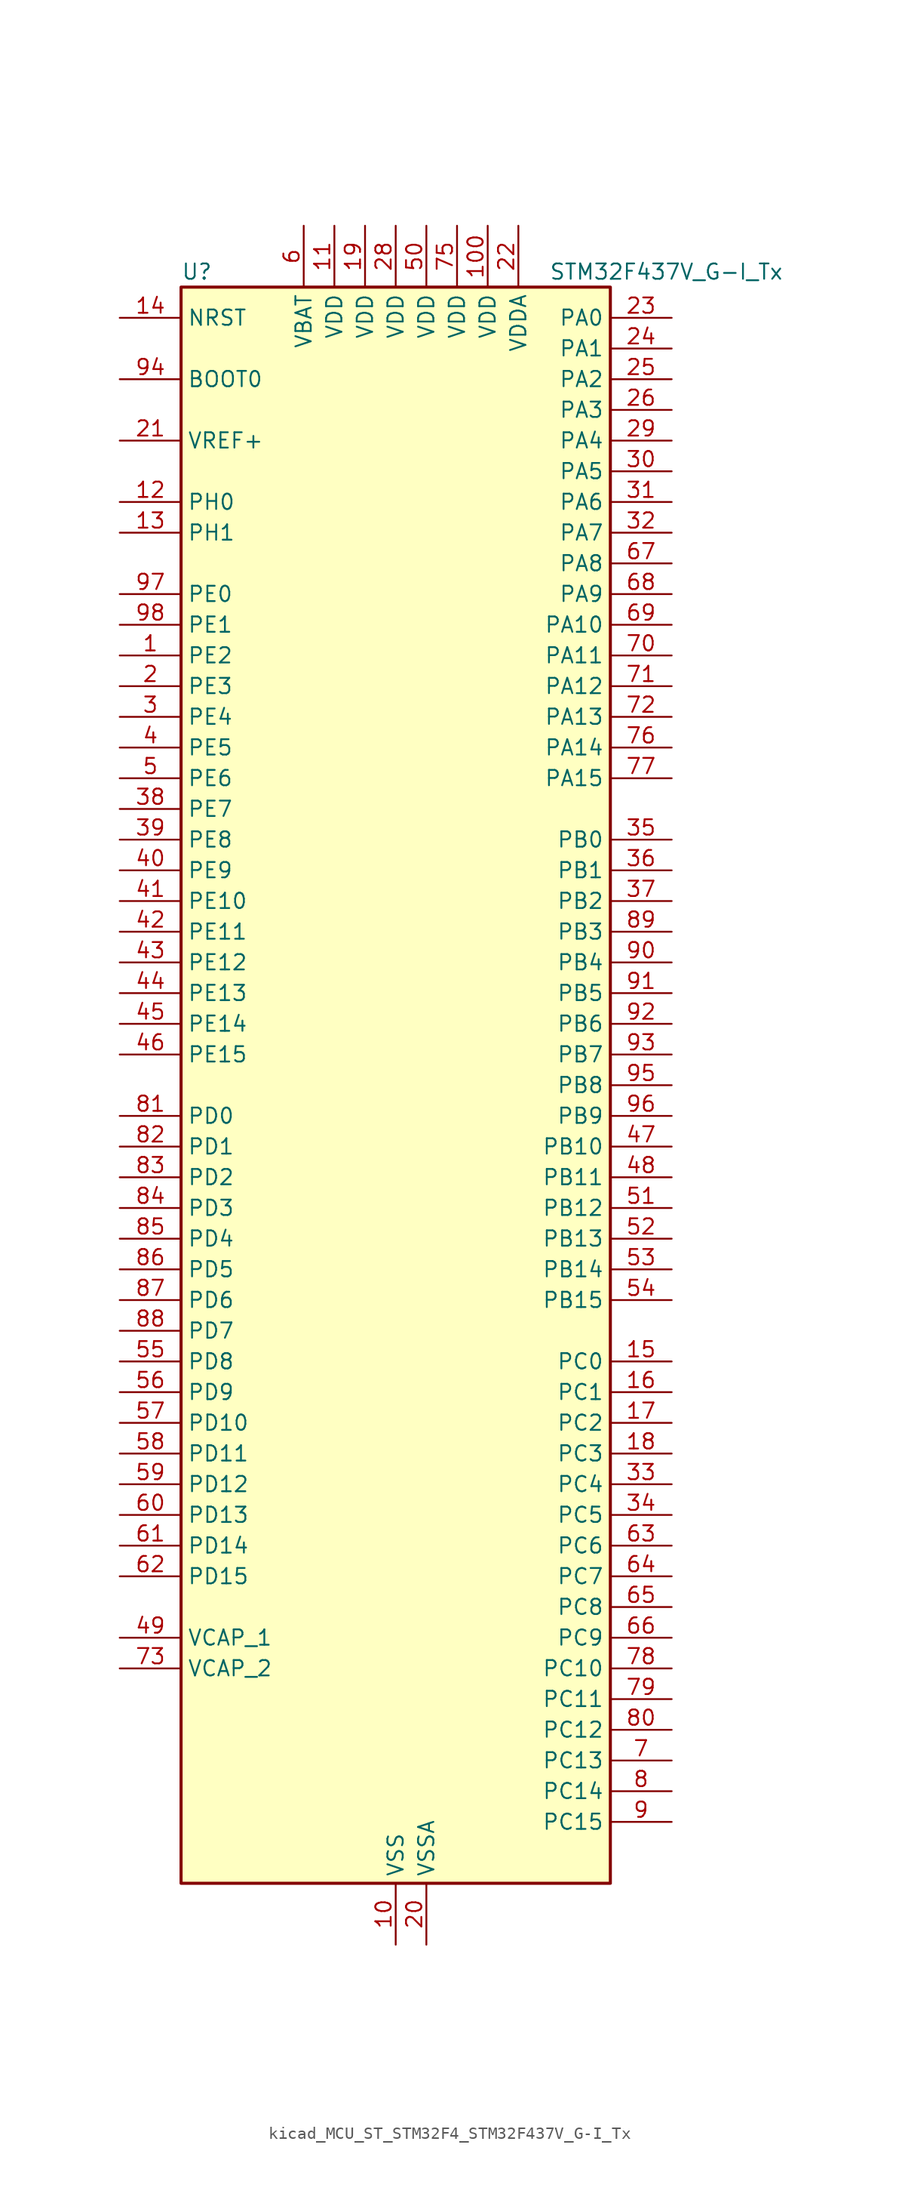
<source format=kicad_sym>
(kicad_symbol_lib
  (version 20220914)
  (generator kicad_symbol_editor)
  (symbol "kicad_MCU_ST_STM32F4_STM32F437V_G-I_Tx"
    (property "Reference" "U"
      (at -17.78 67.31 0)
      (effects (font (size 1.27 1.27)) (justify left)))
    (property "Value" "STM32F437V_G-I_Tx"
      (at 12.7 67.31 0)
      (effects (font (size 1.27 1.27)) (justify left)))
    (property "ki_locked" ""
      (at 0 0 0)
      (effects (font (size 1.27 1.27))))
    (symbol "kicad_MCU_ST_STM32F4_STM32F437V_G-I_Tx_0_1"
      (rectangle (start -17.78 -66.04) (end 17.78 66.04) (stroke (width 0.254) (type default)) (fill (type background))))
    (symbol "kicad_MCU_ST_STM32F4_STM32F437V_G-I_Tx_1_1"
      (pin bidirectional line (at -22.86 35.56 0) (length 5.08) (name "PE2" (effects (font (size 1.27 1.27)))) (number "1" (effects (font (size 1.27 1.27)))) (alternate "ETH_TXD3" bidirectional line) (alternate "FMC_A23" bidirectional line) (alternate "SAI1_MCLK_A" bidirectional line) (alternate "SPI4_SCK" bidirectional line) (alternate "SYS_TRACECLK" bidirectional line))
      (pin power_in line (at 0 -71.12 90) (length 5.08) (name "VSS" (effects (font (size 1.27 1.27)))) (number "10" (effects (font (size 1.27 1.27)))))
      (pin power_in line (at 7.62 71.12 270) (length 5.08) (name "VDD" (effects (font (size 1.27 1.27)))) (number "100" (effects (font (size 1.27 1.27)))))
      (pin power_in line (at -5.08 71.12 270) (length 5.08) (name "VDD" (effects (font (size 1.27 1.27)))) (number "11" (effects (font (size 1.27 1.27)))))
      (pin bidirectional line (at -22.86 48.26 0) (length 5.08) (name "PH0" (effects (font (size 1.27 1.27)))) (number "12" (effects (font (size 1.27 1.27)))) (alternate "RCC_OSC_IN" bidirectional line))
      (pin bidirectional line (at -22.86 45.72 0) (length 5.08) (name "PH1" (effects (font (size 1.27 1.27)))) (number "13" (effects (font (size 1.27 1.27)))) (alternate "RCC_OSC_OUT" bidirectional line))
      (pin input line (at -22.86 63.5 0) (length 5.08) (name "NRST" (effects (font (size 1.27 1.27)))) (number "14" (effects (font (size 1.27 1.27)))))
      (pin bidirectional line (at 22.86 -22.86 180) (length 5.08) (name "PC0" (effects (font (size 1.27 1.27)))) (number "15" (effects (font (size 1.27 1.27)))) (alternate "ADC1_IN10" bidirectional line) (alternate "ADC2_IN10" bidirectional line) (alternate "ADC3_IN10" bidirectional line) (alternate "FMC_SDNWE" bidirectional line) (alternate "USB_OTG_HS_ULPI_STP" bidirectional line))
      (pin bidirectional line (at 22.86 -25.4 180) (length 5.08) (name "PC1" (effects (font (size 1.27 1.27)))) (number "16" (effects (font (size 1.27 1.27)))) (alternate "ADC1_IN11" bidirectional line) (alternate "ADC2_IN11" bidirectional line) (alternate "ADC3_IN11" bidirectional line) (alternate "ETH_MDC" bidirectional line))
      (pin bidirectional line (at 22.86 -27.94 180) (length 5.08) (name "PC2" (effects (font (size 1.27 1.27)))) (number "17" (effects (font (size 1.27 1.27)))) (alternate "ADC1_IN12" bidirectional line) (alternate "ADC2_IN12" bidirectional line) (alternate "ADC3_IN12" bidirectional line) (alternate "ETH_TXD2" bidirectional line) (alternate "FMC_SDNE0" bidirectional line) (alternate "I2S2_ext_SD" bidirectional line) (alternate "SPI2_MISO" bidirectional line) (alternate "USB_OTG_HS_ULPI_DIR" bidirectional line))
      (pin bidirectional line (at 22.86 -30.48 180) (length 5.08) (name "PC3" (effects (font (size 1.27 1.27)))) (number "18" (effects (font (size 1.27 1.27)))) (alternate "ADC1_IN13" bidirectional line) (alternate "ADC2_IN13" bidirectional line) (alternate "ADC3_IN13" bidirectional line) (alternate "ETH_TX_CLK" bidirectional line) (alternate "FMC_SDCKE0" bidirectional line) (alternate "I2S2_SD" bidirectional line) (alternate "SPI2_MOSI" bidirectional line) (alternate "USB_OTG_HS_ULPI_NXT" bidirectional line))
      (pin power_in line (at -2.54 71.12 270) (length 5.08) (name "VDD" (effects (font (size 1.27 1.27)))) (number "19" (effects (font (size 1.27 1.27)))))
      (pin bidirectional line (at -22.86 33.02 0) (length 5.08) (name "PE3" (effects (font (size 1.27 1.27)))) (number "2" (effects (font (size 1.27 1.27)))) (alternate "FMC_A19" bidirectional line) (alternate "SAI1_SD_B" bidirectional line) (alternate "SYS_TRACED0" bidirectional line))
      (pin power_in line (at 2.54 -71.12 90) (length 5.08) (name "VSSA" (effects (font (size 1.27 1.27)))) (number "20" (effects (font (size 1.27 1.27)))))
      (pin input line (at -22.86 53.34 0) (length 5.08) (name "VREF+" (effects (font (size 1.27 1.27)))) (number "21" (effects (font (size 1.27 1.27)))))
      (pin power_in line (at 10.16 71.12 270) (length 5.08) (name "VDDA" (effects (font (size 1.27 1.27)))) (number "22" (effects (font (size 1.27 1.27)))))
      (pin bidirectional line (at 22.86 63.5 180) (length 5.08) (name "PA0" (effects (font (size 1.27 1.27)))) (number "23" (effects (font (size 1.27 1.27)))) (alternate "ADC1_IN0" bidirectional line) (alternate "ADC2_IN0" bidirectional line) (alternate "ADC3_IN0" bidirectional line) (alternate "ETH_CRS" bidirectional line) (alternate "SYS_WKUP" bidirectional line) (alternate "TIM2_CH1" bidirectional line) (alternate "TIM2_ETR" bidirectional line) (alternate "TIM5_CH1" bidirectional line) (alternate "TIM8_ETR" bidirectional line) (alternate "UART4_TX" bidirectional line) (alternate "USART2_CTS" bidirectional line))
      (pin bidirectional line (at 22.86 60.96 180) (length 5.08) (name "PA1" (effects (font (size 1.27 1.27)))) (number "24" (effects (font (size 1.27 1.27)))) (alternate "ADC1_IN1" bidirectional line) (alternate "ADC2_IN1" bidirectional line) (alternate "ADC3_IN1" bidirectional line) (alternate "ETH_REF_CLK" bidirectional line) (alternate "ETH_RX_CLK" bidirectional line) (alternate "TIM2_CH2" bidirectional line) (alternate "TIM5_CH2" bidirectional line) (alternate "UART4_RX" bidirectional line) (alternate "USART2_RTS" bidirectional line))
      (pin bidirectional line (at 22.86 58.42 180) (length 5.08) (name "PA2" (effects (font (size 1.27 1.27)))) (number "25" (effects (font (size 1.27 1.27)))) (alternate "ADC1_IN2" bidirectional line) (alternate "ADC2_IN2" bidirectional line) (alternate "ADC3_IN2" bidirectional line) (alternate "ETH_MDIO" bidirectional line) (alternate "TIM2_CH3" bidirectional line) (alternate "TIM5_CH3" bidirectional line) (alternate "TIM9_CH1" bidirectional line) (alternate "USART2_TX" bidirectional line))
      (pin bidirectional line (at 22.86 55.88 180) (length 5.08) (name "PA3" (effects (font (size 1.27 1.27)))) (number "26" (effects (font (size 1.27 1.27)))) (alternate "ADC1_IN3" bidirectional line) (alternate "ADC2_IN3" bidirectional line) (alternate "ADC3_IN3" bidirectional line) (alternate "ETH_COL" bidirectional line) (alternate "TIM2_CH4" bidirectional line) (alternate "TIM5_CH4" bidirectional line) (alternate "TIM9_CH2" bidirectional line) (alternate "USART2_RX" bidirectional line) (alternate "USB_OTG_HS_ULPI_D0" bidirectional line))
      (pin passive line (at 0 -71.12 90) (length 5.08) hide (name "VSS" (effects (font (size 1.27 1.27)))) (number "27" (effects (font (size 1.27 1.27)))))
      (pin power_in line (at 0 71.12 270) (length 5.08) (name "VDD" (effects (font (size 1.27 1.27)))) (number "28" (effects (font (size 1.27 1.27)))))
      (pin bidirectional line (at 22.86 53.34 180) (length 5.08) (name "PA4" (effects (font (size 1.27 1.27)))) (number "29" (effects (font (size 1.27 1.27)))) (alternate "ADC1_IN4" bidirectional line) (alternate "ADC2_IN4" bidirectional line) (alternate "DAC_OUT1" bidirectional line) (alternate "DCMI_HSYNC" bidirectional line) (alternate "I2S3_WS" bidirectional line) (alternate "SPI1_NSS" bidirectional line) (alternate "SPI3_NSS" bidirectional line) (alternate "USART2_CK" bidirectional line) (alternate "USB_OTG_HS_SOF" bidirectional line))
      (pin bidirectional line (at -22.86 30.48 0) (length 5.08) (name "PE4" (effects (font (size 1.27 1.27)))) (number "3" (effects (font (size 1.27 1.27)))) (alternate "DCMI_D4" bidirectional line) (alternate "FMC_A20" bidirectional line) (alternate "SAI1_FS_A" bidirectional line) (alternate "SPI4_NSS" bidirectional line) (alternate "SYS_TRACED1" bidirectional line))
      (pin bidirectional line (at 22.86 50.8 180) (length 5.08) (name "PA5" (effects (font (size 1.27 1.27)))) (number "30" (effects (font (size 1.27 1.27)))) (alternate "ADC1_IN5" bidirectional line) (alternate "ADC2_IN5" bidirectional line) (alternate "DAC_OUT2" bidirectional line) (alternate "SPI1_SCK" bidirectional line) (alternate "TIM2_CH1" bidirectional line) (alternate "TIM2_ETR" bidirectional line) (alternate "TIM8_CH1N" bidirectional line) (alternate "USB_OTG_HS_ULPI_CK" bidirectional line))
      (pin bidirectional line (at 22.86 48.26 180) (length 5.08) (name "PA6" (effects (font (size 1.27 1.27)))) (number "31" (effects (font (size 1.27 1.27)))) (alternate "ADC1_IN6" bidirectional line) (alternate "ADC2_IN6" bidirectional line) (alternate "DCMI_PIXCLK" bidirectional line) (alternate "SPI1_MISO" bidirectional line) (alternate "TIM13_CH1" bidirectional line) (alternate "TIM1_BKIN" bidirectional line) (alternate "TIM3_CH1" bidirectional line) (alternate "TIM8_BKIN" bidirectional line))
      (pin bidirectional line (at 22.86 45.72 180) (length 5.08) (name "PA7" (effects (font (size 1.27 1.27)))) (number "32" (effects (font (size 1.27 1.27)))) (alternate "ADC1_IN7" bidirectional line) (alternate "ADC2_IN7" bidirectional line) (alternate "ETH_CRS_DV" bidirectional line) (alternate "ETH_RX_DV" bidirectional line) (alternate "SPI1_MOSI" bidirectional line) (alternate "TIM14_CH1" bidirectional line) (alternate "TIM1_CH1N" bidirectional line) (alternate "TIM3_CH2" bidirectional line) (alternate "TIM8_CH1N" bidirectional line))
      (pin bidirectional line (at 22.86 -33.02 180) (length 5.08) (name "PC4" (effects (font (size 1.27 1.27)))) (number "33" (effects (font (size 1.27 1.27)))) (alternate "ADC1_IN14" bidirectional line) (alternate "ADC2_IN14" bidirectional line) (alternate "ETH_RXD0" bidirectional line))
      (pin bidirectional line (at 22.86 -35.56 180) (length 5.08) (name "PC5" (effects (font (size 1.27 1.27)))) (number "34" (effects (font (size 1.27 1.27)))) (alternate "ADC1_IN15" bidirectional line) (alternate "ADC2_IN15" bidirectional line) (alternate "ETH_RXD1" bidirectional line))
      (pin bidirectional line (at 22.86 20.32 180) (length 5.08) (name "PB0" (effects (font (size 1.27 1.27)))) (number "35" (effects (font (size 1.27 1.27)))) (alternate "ADC1_IN8" bidirectional line) (alternate "ADC2_IN8" bidirectional line) (alternate "ETH_RXD2" bidirectional line) (alternate "TIM1_CH2N" bidirectional line) (alternate "TIM3_CH3" bidirectional line) (alternate "TIM8_CH2N" bidirectional line) (alternate "USB_OTG_HS_ULPI_D1" bidirectional line))
      (pin bidirectional line (at 22.86 17.78 180) (length 5.08) (name "PB1" (effects (font (size 1.27 1.27)))) (number "36" (effects (font (size 1.27 1.27)))) (alternate "ADC1_IN9" bidirectional line) (alternate "ADC2_IN9" bidirectional line) (alternate "ETH_RXD3" bidirectional line) (alternate "TIM1_CH3N" bidirectional line) (alternate "TIM3_CH4" bidirectional line) (alternate "TIM8_CH3N" bidirectional line) (alternate "USB_OTG_HS_ULPI_D2" bidirectional line))
      (pin bidirectional line (at 22.86 15.24 180) (length 5.08) (name "PB2" (effects (font (size 1.27 1.27)))) (number "37" (effects (font (size 1.27 1.27)))))
      (pin bidirectional line (at -22.86 22.86 0) (length 5.08) (name "PE7" (effects (font (size 1.27 1.27)))) (number "38" (effects (font (size 1.27 1.27)))) (alternate "FMC_D4" bidirectional line) (alternate "FMC_DA4" bidirectional line) (alternate "TIM1_ETR" bidirectional line) (alternate "UART7_RX" bidirectional line))
      (pin bidirectional line (at -22.86 20.32 0) (length 5.08) (name "PE8" (effects (font (size 1.27 1.27)))) (number "39" (effects (font (size 1.27 1.27)))) (alternate "FMC_D5" bidirectional line) (alternate "FMC_DA5" bidirectional line) (alternate "TIM1_CH1N" bidirectional line) (alternate "UART7_TX" bidirectional line))
      (pin bidirectional line (at -22.86 27.94 0) (length 5.08) (name "PE5" (effects (font (size 1.27 1.27)))) (number "4" (effects (font (size 1.27 1.27)))) (alternate "DCMI_D6" bidirectional line) (alternate "FMC_A21" bidirectional line) (alternate "SAI1_SCK_A" bidirectional line) (alternate "SPI4_MISO" bidirectional line) (alternate "SYS_TRACED2" bidirectional line) (alternate "TIM9_CH1" bidirectional line))
      (pin bidirectional line (at -22.86 17.78 0) (length 5.08) (name "PE9" (effects (font (size 1.27 1.27)))) (number "40" (effects (font (size 1.27 1.27)))) (alternate "DAC_EXTI9" bidirectional line) (alternate "FMC_D6" bidirectional line) (alternate "FMC_DA6" bidirectional line) (alternate "TIM1_CH1" bidirectional line))
      (pin bidirectional line (at -22.86 15.24 0) (length 5.08) (name "PE10" (effects (font (size 1.27 1.27)))) (number "41" (effects (font (size 1.27 1.27)))) (alternate "FMC_D7" bidirectional line) (alternate "FMC_DA7" bidirectional line) (alternate "TIM1_CH2N" bidirectional line))
      (pin bidirectional line (at -22.86 12.7 0) (length 5.08) (name "PE11" (effects (font (size 1.27 1.27)))) (number "42" (effects (font (size 1.27 1.27)))) (alternate "ADC1_EXTI11" bidirectional line) (alternate "ADC2_EXTI11" bidirectional line) (alternate "ADC3_EXTI11" bidirectional line) (alternate "FMC_D8" bidirectional line) (alternate "FMC_DA8" bidirectional line) (alternate "SPI4_NSS" bidirectional line) (alternate "TIM1_CH2" bidirectional line))
      (pin bidirectional line (at -22.86 10.16 0) (length 5.08) (name "PE12" (effects (font (size 1.27 1.27)))) (number "43" (effects (font (size 1.27 1.27)))) (alternate "FMC_D9" bidirectional line) (alternate "FMC_DA9" bidirectional line) (alternate "SPI4_SCK" bidirectional line) (alternate "TIM1_CH3N" bidirectional line))
      (pin bidirectional line (at -22.86 7.62 0) (length 5.08) (name "PE13" (effects (font (size 1.27 1.27)))) (number "44" (effects (font (size 1.27 1.27)))) (alternate "FMC_D10" bidirectional line) (alternate "FMC_DA10" bidirectional line) (alternate "SPI4_MISO" bidirectional line) (alternate "TIM1_CH3" bidirectional line))
      (pin bidirectional line (at -22.86 5.08 0) (length 5.08) (name "PE14" (effects (font (size 1.27 1.27)))) (number "45" (effects (font (size 1.27 1.27)))) (alternate "FMC_D11" bidirectional line) (alternate "FMC_DA11" bidirectional line) (alternate "SPI4_MOSI" bidirectional line) (alternate "TIM1_CH4" bidirectional line))
      (pin bidirectional line (at -22.86 2.54 0) (length 5.08) (name "PE15" (effects (font (size 1.27 1.27)))) (number "46" (effects (font (size 1.27 1.27)))) (alternate "ADC1_EXTI15" bidirectional line) (alternate "ADC2_EXTI15" bidirectional line) (alternate "ADC3_EXTI15" bidirectional line) (alternate "FMC_D12" bidirectional line) (alternate "FMC_DA12" bidirectional line) (alternate "TIM1_BKIN" bidirectional line))
      (pin bidirectional line (at 22.86 -5.08 180) (length 5.08) (name "PB10" (effects (font (size 1.27 1.27)))) (number "47" (effects (font (size 1.27 1.27)))) (alternate "ETH_RX_ER" bidirectional line) (alternate "I2C2_SCL" bidirectional line) (alternate "I2S2_CK" bidirectional line) (alternate "SPI2_SCK" bidirectional line) (alternate "TIM2_CH3" bidirectional line) (alternate "USART3_TX" bidirectional line) (alternate "USB_OTG_HS_ULPI_D3" bidirectional line))
      (pin bidirectional line (at 22.86 -7.62 180) (length 5.08) (name "PB11" (effects (font (size 1.27 1.27)))) (number "48" (effects (font (size 1.27 1.27)))) (alternate "ADC1_EXTI11" bidirectional line) (alternate "ADC2_EXTI11" bidirectional line) (alternate "ADC3_EXTI11" bidirectional line) (alternate "ETH_TX_EN" bidirectional line) (alternate "I2C2_SDA" bidirectional line) (alternate "TIM2_CH4" bidirectional line) (alternate "USART3_RX" bidirectional line) (alternate "USB_OTG_HS_ULPI_D4" bidirectional line))
      (pin power_out line (at -22.86 -45.72 0) (length 5.08) (name "VCAP_1" (effects (font (size 1.27 1.27)))) (number "49" (effects (font (size 1.27 1.27)))))
      (pin bidirectional line (at -22.86 25.4 0) (length 5.08) (name "PE6" (effects (font (size 1.27 1.27)))) (number "5" (effects (font (size 1.27 1.27)))) (alternate "DCMI_D7" bidirectional line) (alternate "FMC_A22" bidirectional line) (alternate "SAI1_SD_A" bidirectional line) (alternate "SPI4_MOSI" bidirectional line) (alternate "SYS_TRACED3" bidirectional line) (alternate "TIM9_CH2" bidirectional line))
      (pin power_in line (at 2.54 71.12 270) (length 5.08) (name "VDD" (effects (font (size 1.27 1.27)))) (number "50" (effects (font (size 1.27 1.27)))))
      (pin bidirectional line (at 22.86 -10.16 180) (length 5.08) (name "PB12" (effects (font (size 1.27 1.27)))) (number "51" (effects (font (size 1.27 1.27)))) (alternate "CAN2_RX" bidirectional line) (alternate "ETH_TXD0" bidirectional line) (alternate "I2C2_SMBA" bidirectional line) (alternate "I2S2_WS" bidirectional line) (alternate "SPI2_NSS" bidirectional line) (alternate "TIM1_BKIN" bidirectional line) (alternate "USART3_CK" bidirectional line) (alternate "USB_OTG_HS_ID" bidirectional line) (alternate "USB_OTG_HS_ULPI_D5" bidirectional line))
      (pin bidirectional line (at 22.86 -12.7 180) (length 5.08) (name "PB13" (effects (font (size 1.27 1.27)))) (number "52" (effects (font (size 1.27 1.27)))) (alternate "CAN2_TX" bidirectional line) (alternate "ETH_TXD1" bidirectional line) (alternate "I2S2_CK" bidirectional line) (alternate "SPI2_SCK" bidirectional line) (alternate "TIM1_CH1N" bidirectional line) (alternate "USART3_CTS" bidirectional line) (alternate "USB_OTG_HS_ULPI_D6" bidirectional line) (alternate "USB_OTG_HS_VBUS" bidirectional line))
      (pin bidirectional line (at 22.86 -15.24 180) (length 5.08) (name "PB14" (effects (font (size 1.27 1.27)))) (number "53" (effects (font (size 1.27 1.27)))) (alternate "I2S2_ext_SD" bidirectional line) (alternate "SPI2_MISO" bidirectional line) (alternate "TIM12_CH1" bidirectional line) (alternate "TIM1_CH2N" bidirectional line) (alternate "TIM8_CH2N" bidirectional line) (alternate "USART3_RTS" bidirectional line) (alternate "USB_OTG_HS_DM" bidirectional line))
      (pin bidirectional line (at 22.86 -17.78 180) (length 5.08) (name "PB15" (effects (font (size 1.27 1.27)))) (number "54" (effects (font (size 1.27 1.27)))) (alternate "ADC1_EXTI15" bidirectional line) (alternate "ADC2_EXTI15" bidirectional line) (alternate "ADC3_EXTI15" bidirectional line) (alternate "I2S2_SD" bidirectional line) (alternate "RTC_REFIN" bidirectional line) (alternate "SPI2_MOSI" bidirectional line) (alternate "TIM12_CH2" bidirectional line) (alternate "TIM1_CH3N" bidirectional line) (alternate "TIM8_CH3N" bidirectional line) (alternate "USB_OTG_HS_DP" bidirectional line))
      (pin bidirectional line (at -22.86 -22.86 0) (length 5.08) (name "PD8" (effects (font (size 1.27 1.27)))) (number "55" (effects (font (size 1.27 1.27)))) (alternate "FMC_D13" bidirectional line) (alternate "FMC_DA13" bidirectional line) (alternate "USART3_TX" bidirectional line))
      (pin bidirectional line (at -22.86 -25.4 0) (length 5.08) (name "PD9" (effects (font (size 1.27 1.27)))) (number "56" (effects (font (size 1.27 1.27)))) (alternate "DAC_EXTI9" bidirectional line) (alternate "FMC_D14" bidirectional line) (alternate "FMC_DA14" bidirectional line) (alternate "USART3_RX" bidirectional line))
      (pin bidirectional line (at -22.86 -27.94 0) (length 5.08) (name "PD10" (effects (font (size 1.27 1.27)))) (number "57" (effects (font (size 1.27 1.27)))) (alternate "FMC_D15" bidirectional line) (alternate "FMC_DA15" bidirectional line) (alternate "USART3_CK" bidirectional line))
      (pin bidirectional line (at -22.86 -30.48 0) (length 5.08) (name "PD11" (effects (font (size 1.27 1.27)))) (number "58" (effects (font (size 1.27 1.27)))) (alternate "ADC1_EXTI11" bidirectional line) (alternate "ADC2_EXTI11" bidirectional line) (alternate "ADC3_EXTI11" bidirectional line) (alternate "FMC_A16" bidirectional line) (alternate "FMC_CLE" bidirectional line) (alternate "USART3_CTS" bidirectional line))
      (pin bidirectional line (at -22.86 -33.02 0) (length 5.08) (name "PD12" (effects (font (size 1.27 1.27)))) (number "59" (effects (font (size 1.27 1.27)))) (alternate "FMC_A17" bidirectional line) (alternate "FMC_ALE" bidirectional line) (alternate "TIM4_CH1" bidirectional line) (alternate "USART3_RTS" bidirectional line))
      (pin power_in line (at -7.62 71.12 270) (length 5.08) (name "VBAT" (effects (font (size 1.27 1.27)))) (number "6" (effects (font (size 1.27 1.27)))))
      (pin bidirectional line (at -22.86 -35.56 0) (length 5.08) (name "PD13" (effects (font (size 1.27 1.27)))) (number "60" (effects (font (size 1.27 1.27)))) (alternate "FMC_A18" bidirectional line) (alternate "TIM4_CH2" bidirectional line))
      (pin bidirectional line (at -22.86 -38.1 0) (length 5.08) (name "PD14" (effects (font (size 1.27 1.27)))) (number "61" (effects (font (size 1.27 1.27)))) (alternate "FMC_D0" bidirectional line) (alternate "FMC_DA0" bidirectional line) (alternate "TIM4_CH3" bidirectional line))
      (pin bidirectional line (at -22.86 -40.64 0) (length 5.08) (name "PD15" (effects (font (size 1.27 1.27)))) (number "62" (effects (font (size 1.27 1.27)))) (alternate "ADC1_EXTI15" bidirectional line) (alternate "ADC2_EXTI15" bidirectional line) (alternate "ADC3_EXTI15" bidirectional line) (alternate "FMC_D1" bidirectional line) (alternate "FMC_DA1" bidirectional line) (alternate "TIM4_CH4" bidirectional line))
      (pin bidirectional line (at 22.86 -38.1 180) (length 5.08) (name "PC6" (effects (font (size 1.27 1.27)))) (number "63" (effects (font (size 1.27 1.27)))) (alternate "DCMI_D0" bidirectional line) (alternate "I2S2_MCK" bidirectional line) (alternate "SDIO_D6" bidirectional line) (alternate "TIM3_CH1" bidirectional line) (alternate "TIM8_CH1" bidirectional line) (alternate "USART6_TX" bidirectional line))
      (pin bidirectional line (at 22.86 -40.64 180) (length 5.08) (name "PC7" (effects (font (size 1.27 1.27)))) (number "64" (effects (font (size 1.27 1.27)))) (alternate "DCMI_D1" bidirectional line) (alternate "I2S3_MCK" bidirectional line) (alternate "SDIO_D7" bidirectional line) (alternate "TIM3_CH2" bidirectional line) (alternate "TIM8_CH2" bidirectional line) (alternate "USART6_RX" bidirectional line))
      (pin bidirectional line (at 22.86 -43.18 180) (length 5.08) (name "PC8" (effects (font (size 1.27 1.27)))) (number "65" (effects (font (size 1.27 1.27)))) (alternate "DCMI_D2" bidirectional line) (alternate "SDIO_D0" bidirectional line) (alternate "TIM3_CH3" bidirectional line) (alternate "TIM8_CH3" bidirectional line) (alternate "USART6_CK" bidirectional line))
      (pin bidirectional line (at 22.86 -45.72 180) (length 5.08) (name "PC9" (effects (font (size 1.27 1.27)))) (number "66" (effects (font (size 1.27 1.27)))) (alternate "DAC_EXTI9" bidirectional line) (alternate "DCMI_D3" bidirectional line) (alternate "I2C3_SDA" bidirectional line) (alternate "I2S_CKIN" bidirectional line) (alternate "RCC_MCO_2" bidirectional line) (alternate "SDIO_D1" bidirectional line) (alternate "TIM3_CH4" bidirectional line) (alternate "TIM8_CH4" bidirectional line))
      (pin bidirectional line (at 22.86 43.18 180) (length 5.08) (name "PA8" (effects (font (size 1.27 1.27)))) (number "67" (effects (font (size 1.27 1.27)))) (alternate "I2C3_SCL" bidirectional line) (alternate "RCC_MCO_1" bidirectional line) (alternate "TIM1_CH1" bidirectional line) (alternate "USART1_CK" bidirectional line) (alternate "USB_OTG_FS_SOF" bidirectional line))
      (pin bidirectional line (at 22.86 40.64 180) (length 5.08) (name "PA9" (effects (font (size 1.27 1.27)))) (number "68" (effects (font (size 1.27 1.27)))) (alternate "DAC_EXTI9" bidirectional line) (alternate "DCMI_D0" bidirectional line) (alternate "I2C3_SMBA" bidirectional line) (alternate "TIM1_CH2" bidirectional line) (alternate "USART1_TX" bidirectional line) (alternate "USB_OTG_FS_VBUS" bidirectional line))
      (pin bidirectional line (at 22.86 38.1 180) (length 5.08) (name "PA10" (effects (font (size 1.27 1.27)))) (number "69" (effects (font (size 1.27 1.27)))) (alternate "DCMI_D1" bidirectional line) (alternate "TIM1_CH3" bidirectional line) (alternate "USART1_RX" bidirectional line) (alternate "USB_OTG_FS_ID" bidirectional line))
      (pin bidirectional line (at 22.86 -55.88 180) (length 5.08) (name "PC13" (effects (font (size 1.27 1.27)))) (number "7" (effects (font (size 1.27 1.27)))) (alternate "RTC_AF1" bidirectional line))
      (pin bidirectional line (at 22.86 35.56 180) (length 5.08) (name "PA11" (effects (font (size 1.27 1.27)))) (number "70" (effects (font (size 1.27 1.27)))) (alternate "ADC1_EXTI11" bidirectional line) (alternate "ADC2_EXTI11" bidirectional line) (alternate "ADC3_EXTI11" bidirectional line) (alternate "CAN1_RX" bidirectional line) (alternate "TIM1_CH4" bidirectional line) (alternate "USART1_CTS" bidirectional line) (alternate "USB_OTG_FS_DM" bidirectional line))
      (pin bidirectional line (at 22.86 33.02 180) (length 5.08) (name "PA12" (effects (font (size 1.27 1.27)))) (number "71" (effects (font (size 1.27 1.27)))) (alternate "CAN1_TX" bidirectional line) (alternate "TIM1_ETR" bidirectional line) (alternate "USART1_RTS" bidirectional line) (alternate "USB_OTG_FS_DP" bidirectional line))
      (pin bidirectional line (at 22.86 30.48 180) (length 5.08) (name "PA13" (effects (font (size 1.27 1.27)))) (number "72" (effects (font (size 1.27 1.27)))) (alternate "SYS_JTMS-SWDIO" bidirectional line))
      (pin power_out line (at -22.86 -48.26 0) (length 5.08) (name "VCAP_2" (effects (font (size 1.27 1.27)))) (number "73" (effects (font (size 1.27 1.27)))))
      (pin passive line (at 0 -71.12 90) (length 5.08) hide (name "VSS" (effects (font (size 1.27 1.27)))) (number "74" (effects (font (size 1.27 1.27)))))
      (pin power_in line (at 5.08 71.12 270) (length 5.08) (name "VDD" (effects (font (size 1.27 1.27)))) (number "75" (effects (font (size 1.27 1.27)))))
      (pin bidirectional line (at 22.86 27.94 180) (length 5.08) (name "PA14" (effects (font (size 1.27 1.27)))) (number "76" (effects (font (size 1.27 1.27)))) (alternate "SYS_JTCK-SWCLK" bidirectional line))
      (pin bidirectional line (at 22.86 25.4 180) (length 5.08) (name "PA15" (effects (font (size 1.27 1.27)))) (number "77" (effects (font (size 1.27 1.27)))) (alternate "ADC1_EXTI15" bidirectional line) (alternate "ADC2_EXTI15" bidirectional line) (alternate "ADC3_EXTI15" bidirectional line) (alternate "I2S3_WS" bidirectional line) (alternate "SPI1_NSS" bidirectional line) (alternate "SPI3_NSS" bidirectional line) (alternate "SYS_JTDI" bidirectional line) (alternate "TIM2_CH1" bidirectional line) (alternate "TIM2_ETR" bidirectional line))
      (pin bidirectional line (at 22.86 -48.26 180) (length 5.08) (name "PC10" (effects (font (size 1.27 1.27)))) (number "78" (effects (font (size 1.27 1.27)))) (alternate "DCMI_D8" bidirectional line) (alternate "I2S3_CK" bidirectional line) (alternate "SDIO_D2" bidirectional line) (alternate "SPI3_SCK" bidirectional line) (alternate "UART4_TX" bidirectional line) (alternate "USART3_TX" bidirectional line))
      (pin bidirectional line (at 22.86 -50.8 180) (length 5.08) (name "PC11" (effects (font (size 1.27 1.27)))) (number "79" (effects (font (size 1.27 1.27)))) (alternate "ADC1_EXTI11" bidirectional line) (alternate "ADC2_EXTI11" bidirectional line) (alternate "ADC3_EXTI11" bidirectional line) (alternate "DCMI_D4" bidirectional line) (alternate "I2S3_ext_SD" bidirectional line) (alternate "SDIO_D3" bidirectional line) (alternate "SPI3_MISO" bidirectional line) (alternate "UART4_RX" bidirectional line) (alternate "USART3_RX" bidirectional line))
      (pin bidirectional line (at 22.86 -58.42 180) (length 5.08) (name "PC14" (effects (font (size 1.27 1.27)))) (number "8" (effects (font (size 1.27 1.27)))) (alternate "RCC_OSC32_IN" bidirectional line))
      (pin bidirectional line (at 22.86 -53.34 180) (length 5.08) (name "PC12" (effects (font (size 1.27 1.27)))) (number "80" (effects (font (size 1.27 1.27)))) (alternate "DCMI_D9" bidirectional line) (alternate "I2S3_SD" bidirectional line) (alternate "SDIO_CK" bidirectional line) (alternate "SPI3_MOSI" bidirectional line) (alternate "UART5_TX" bidirectional line) (alternate "USART3_CK" bidirectional line))
      (pin bidirectional line (at -22.86 -2.54 0) (length 5.08) (name "PD0" (effects (font (size 1.27 1.27)))) (number "81" (effects (font (size 1.27 1.27)))) (alternate "CAN1_RX" bidirectional line) (alternate "FMC_D2" bidirectional line) (alternate "FMC_DA2" bidirectional line))
      (pin bidirectional line (at -22.86 -5.08 0) (length 5.08) (name "PD1" (effects (font (size 1.27 1.27)))) (number "82" (effects (font (size 1.27 1.27)))) (alternate "CAN1_TX" bidirectional line) (alternate "FMC_D3" bidirectional line) (alternate "FMC_DA3" bidirectional line))
      (pin bidirectional line (at -22.86 -7.62 0) (length 5.08) (name "PD2" (effects (font (size 1.27 1.27)))) (number "83" (effects (font (size 1.27 1.27)))) (alternate "DCMI_D11" bidirectional line) (alternate "SDIO_CMD" bidirectional line) (alternate "TIM3_ETR" bidirectional line) (alternate "UART5_RX" bidirectional line))
      (pin bidirectional line (at -22.86 -10.16 0) (length 5.08) (name "PD3" (effects (font (size 1.27 1.27)))) (number "84" (effects (font (size 1.27 1.27)))) (alternate "DCMI_D5" bidirectional line) (alternate "FMC_CLK" bidirectional line) (alternate "I2S2_CK" bidirectional line) (alternate "SPI2_SCK" bidirectional line) (alternate "USART2_CTS" bidirectional line))
      (pin bidirectional line (at -22.86 -12.7 0) (length 5.08) (name "PD4" (effects (font (size 1.27 1.27)))) (number "85" (effects (font (size 1.27 1.27)))) (alternate "FMC_NOE" bidirectional line) (alternate "USART2_RTS" bidirectional line))
      (pin bidirectional line (at -22.86 -15.24 0) (length 5.08) (name "PD5" (effects (font (size 1.27 1.27)))) (number "86" (effects (font (size 1.27 1.27)))) (alternate "FMC_NWE" bidirectional line) (alternate "USART2_TX" bidirectional line))
      (pin bidirectional line (at -22.86 -17.78 0) (length 5.08) (name "PD6" (effects (font (size 1.27 1.27)))) (number "87" (effects (font (size 1.27 1.27)))) (alternate "DCMI_D10" bidirectional line) (alternate "FMC_NWAIT" bidirectional line) (alternate "I2S3_SD" bidirectional line) (alternate "SAI1_SD_A" bidirectional line) (alternate "SPI3_MOSI" bidirectional line) (alternate "USART2_RX" bidirectional line))
      (pin bidirectional line (at -22.86 -20.32 0) (length 5.08) (name "PD7" (effects (font (size 1.27 1.27)))) (number "88" (effects (font (size 1.27 1.27)))) (alternate "FMC_NCE2" bidirectional line) (alternate "FMC_NE1" bidirectional line) (alternate "USART2_CK" bidirectional line))
      (pin bidirectional line (at 22.86 12.7 180) (length 5.08) (name "PB3" (effects (font (size 1.27 1.27)))) (number "89" (effects (font (size 1.27 1.27)))) (alternate "I2S3_CK" bidirectional line) (alternate "SPI1_SCK" bidirectional line) (alternate "SPI3_SCK" bidirectional line) (alternate "SYS_JTDO-SWO" bidirectional line) (alternate "TIM2_CH2" bidirectional line))
      (pin bidirectional line (at 22.86 -60.96 180) (length 5.08) (name "PC15" (effects (font (size 1.27 1.27)))) (number "9" (effects (font (size 1.27 1.27)))) (alternate "ADC1_EXTI15" bidirectional line) (alternate "ADC2_EXTI15" bidirectional line) (alternate "ADC3_EXTI15" bidirectional line) (alternate "RCC_OSC32_OUT" bidirectional line))
      (pin bidirectional line (at 22.86 10.16 180) (length 5.08) (name "PB4" (effects (font (size 1.27 1.27)))) (number "90" (effects (font (size 1.27 1.27)))) (alternate "I2S3_ext_SD" bidirectional line) (alternate "SPI1_MISO" bidirectional line) (alternate "SPI3_MISO" bidirectional line) (alternate "SYS_JTRST" bidirectional line) (alternate "TIM3_CH1" bidirectional line))
      (pin bidirectional line (at 22.86 7.62 180) (length 5.08) (name "PB5" (effects (font (size 1.27 1.27)))) (number "91" (effects (font (size 1.27 1.27)))) (alternate "CAN2_RX" bidirectional line) (alternate "DCMI_D10" bidirectional line) (alternate "ETH_PPS_OUT" bidirectional line) (alternate "FMC_SDCKE1" bidirectional line) (alternate "I2C1_SMBA" bidirectional line) (alternate "I2S3_SD" bidirectional line) (alternate "SPI1_MOSI" bidirectional line) (alternate "SPI3_MOSI" bidirectional line) (alternate "TIM3_CH2" bidirectional line) (alternate "USB_OTG_HS_ULPI_D7" bidirectional line))
      (pin bidirectional line (at 22.86 5.08 180) (length 5.08) (name "PB6" (effects (font (size 1.27 1.27)))) (number "92" (effects (font (size 1.27 1.27)))) (alternate "CAN2_TX" bidirectional line) (alternate "DCMI_D5" bidirectional line) (alternate "FMC_SDNE1" bidirectional line) (alternate "I2C1_SCL" bidirectional line) (alternate "TIM4_CH1" bidirectional line) (alternate "USART1_TX" bidirectional line))
      (pin bidirectional line (at 22.86 2.54 180) (length 5.08) (name "PB7" (effects (font (size 1.27 1.27)))) (number "93" (effects (font (size 1.27 1.27)))) (alternate "DCMI_VSYNC" bidirectional line) (alternate "FMC_NL" bidirectional line) (alternate "I2C1_SDA" bidirectional line) (alternate "TIM4_CH2" bidirectional line) (alternate "USART1_RX" bidirectional line))
      (pin input line (at -22.86 58.42 0) (length 5.08) (name "BOOT0" (effects (font (size 1.27 1.27)))) (number "94" (effects (font (size 1.27 1.27)))))
      (pin bidirectional line (at 22.86 0 180) (length 5.08) (name "PB8" (effects (font (size 1.27 1.27)))) (number "95" (effects (font (size 1.27 1.27)))) (alternate "CAN1_RX" bidirectional line) (alternate "DCMI_D6" bidirectional line) (alternate "ETH_TXD3" bidirectional line) (alternate "I2C1_SCL" bidirectional line) (alternate "SDIO_D4" bidirectional line) (alternate "TIM10_CH1" bidirectional line) (alternate "TIM4_CH3" bidirectional line))
      (pin bidirectional line (at 22.86 -2.54 180) (length 5.08) (name "PB9" (effects (font (size 1.27 1.27)))) (number "96" (effects (font (size 1.27 1.27)))) (alternate "CAN1_TX" bidirectional line) (alternate "DAC_EXTI9" bidirectional line) (alternate "DCMI_D7" bidirectional line) (alternate "I2C1_SDA" bidirectional line) (alternate "I2S2_WS" bidirectional line) (alternate "SDIO_D5" bidirectional line) (alternate "SPI2_NSS" bidirectional line) (alternate "TIM11_CH1" bidirectional line) (alternate "TIM4_CH4" bidirectional line))
      (pin bidirectional line (at -22.86 40.64 0) (length 5.08) (name "PE0" (effects (font (size 1.27 1.27)))) (number "97" (effects (font (size 1.27 1.27)))) (alternate "DCMI_D2" bidirectional line) (alternate "FMC_NBL0" bidirectional line) (alternate "TIM4_ETR" bidirectional line) (alternate "UART8_RX" bidirectional line))
      (pin bidirectional line (at -22.86 38.1 0) (length 5.08) (name "PE1" (effects (font (size 1.27 1.27)))) (number "98" (effects (font (size 1.27 1.27)))) (alternate "DCMI_D3" bidirectional line) (alternate "FMC_NBL1" bidirectional line) (alternate "UART8_TX" bidirectional line))
      (pin passive line (at 0 -71.12 90) (length 5.08) hide (name "VSS" (effects (font (size 1.27 1.27)))) (number "99" (effects (font (size 1.27 1.27))))))))
</source>
